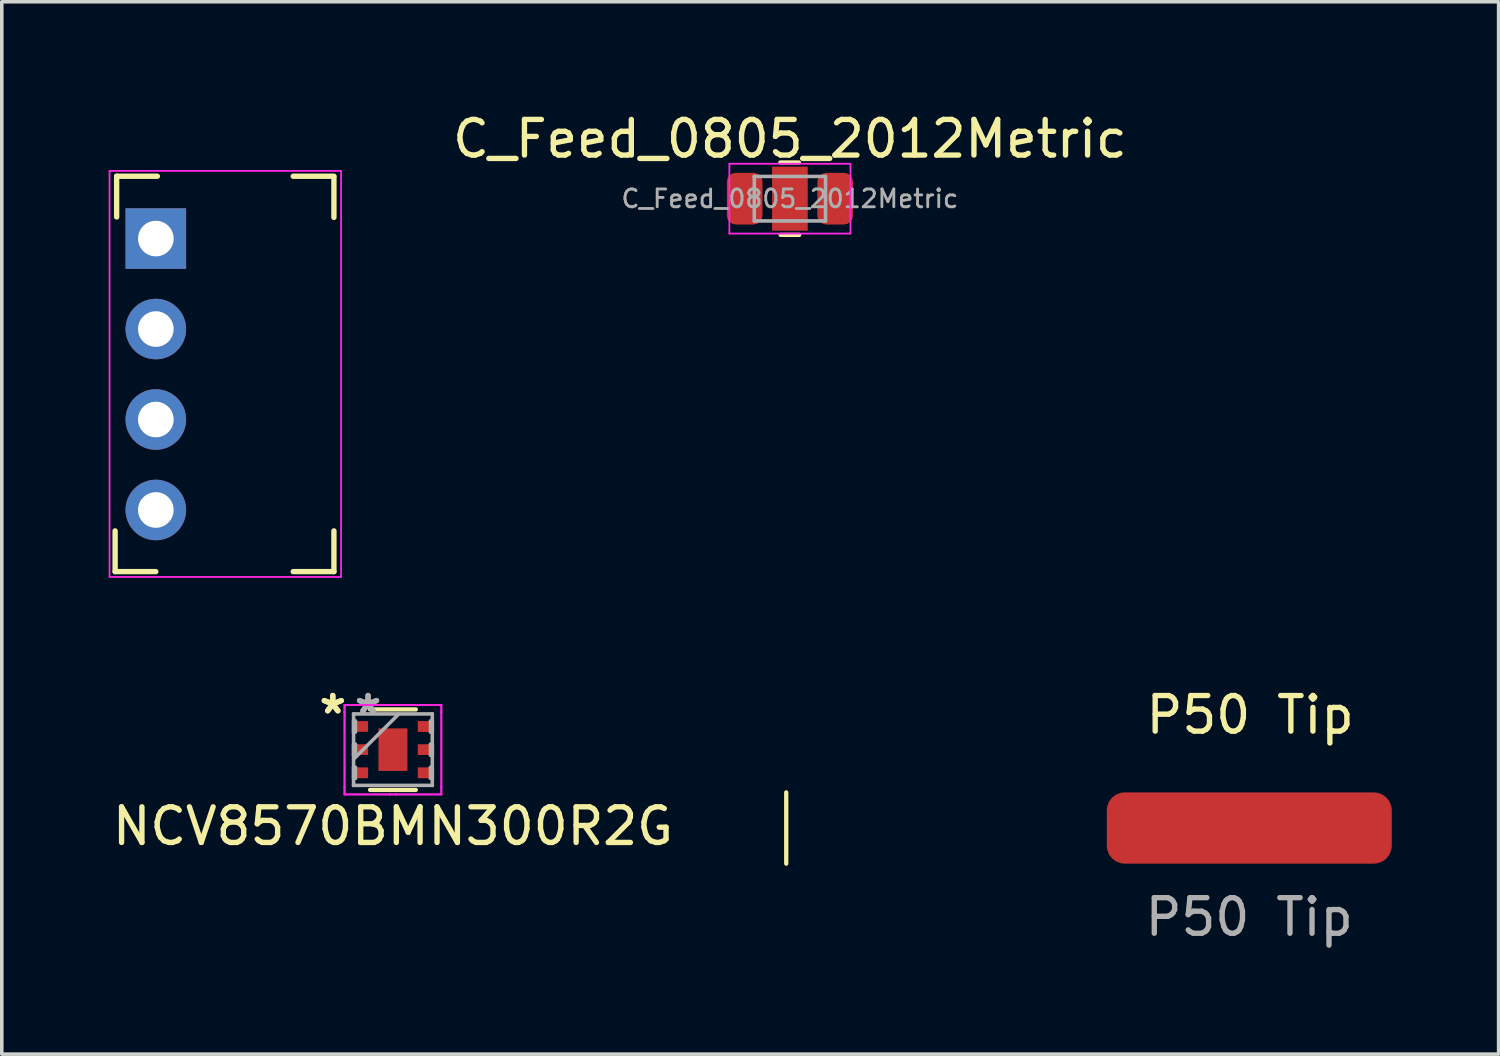
<source format=kicad_pcb>
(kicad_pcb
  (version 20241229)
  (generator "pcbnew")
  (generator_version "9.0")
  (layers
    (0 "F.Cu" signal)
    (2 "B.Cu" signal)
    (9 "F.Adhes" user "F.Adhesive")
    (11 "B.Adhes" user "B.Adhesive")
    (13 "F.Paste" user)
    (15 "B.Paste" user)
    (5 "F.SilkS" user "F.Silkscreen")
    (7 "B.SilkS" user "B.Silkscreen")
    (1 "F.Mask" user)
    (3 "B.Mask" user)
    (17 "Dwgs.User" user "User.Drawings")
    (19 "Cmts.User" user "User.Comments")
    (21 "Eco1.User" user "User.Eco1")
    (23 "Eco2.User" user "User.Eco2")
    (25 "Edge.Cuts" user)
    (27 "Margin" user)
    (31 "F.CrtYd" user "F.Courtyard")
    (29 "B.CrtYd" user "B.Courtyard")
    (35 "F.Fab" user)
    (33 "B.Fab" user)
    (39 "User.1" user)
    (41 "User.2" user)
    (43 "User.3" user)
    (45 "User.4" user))
  (footprint "C_Feed_0805_2012Metric"
    (layer "F.Cu")
    (at 19.127 2.528)
    (property "Reference" "C_Feed_0805_2012Metric" (at 0 -1.68 0) (layer "F.SilkS") (effects (font (size 1 1) (thickness 0.15))))
    (attr smd)
    (fp_poly (pts (xy 0.3 -0.5) (xy -0.3 -0.5) (xy -0.3 -0.8) (xy 0.3 -0.8)) (stroke (width 0.1) (type solid)) (fill yes) (layer "F.Mask"))
    (fp_poly (pts (xy 0.3 0.8) (xy -0.3 0.8) (xy -0.3 0.5) (xy 0.3 0.5)) (stroke (width 0.1) (type solid)) (fill yes) (layer "F.Mask"))
    (fp_line (start -0.269 -1.016) (end 0.254 -1.016) (stroke (width 0.12) (type solid)) (layer "F.SilkS"))
    (fp_line (start -0.261 1.016) (end 0.261 1.016) (stroke (width 0.12) (type solid)) (layer "F.SilkS"))
    (fp_poly (pts (xy 0.3 -0.5) (xy -0.3 -0.5) (xy -0.3 -0.8) (xy 0.3 -0.8)) (stroke (width 0.1) (type solid)) (fill yes) (layer "F.Paste"))
    (fp_poly (pts (xy 0.3 0.8) (xy -0.3 0.8) (xy -0.3 0.5) (xy 0.3 0.5)) (stroke (width 0.1) (type solid)) (fill yes) (layer "F.Paste"))
    (fp_line (start -1.7 -0.98) (end 1.7 -0.98) (stroke (width 0.05) (type solid)) (layer "F.CrtYd"))
    (fp_line (start -1.7 0.98) (end -1.7 -0.98) (stroke (width 0.05) (type solid)) (layer "F.CrtYd"))
    (fp_line (start 1.7 -0.98) (end 1.7 0.98) (stroke (width 0.05) (type solid)) (layer "F.CrtYd"))
    (fp_line (start 1.7 0.98) (end -1.7 0.98) (stroke (width 0.05) (type solid)) (layer "F.CrtYd"))
    (fp_line (start -1 -0.625) (end 1 -0.625) (stroke (width 0.1) (type solid)) (layer "F.Fab"))
    (fp_line (start -1 0.625) (end -1 -0.625) (stroke (width 0.1) (type solid)) (layer "F.Fab"))
    (fp_line (start 1 -0.625) (end 1 0.625) (stroke (width 0.1) (type solid)) (layer "F.Fab"))
    (fp_line (start 1 0.625) (end -1 0.625) (stroke (width 0.1) (type solid)) (layer "F.Fab"))
    (fp_text user "${REFERENCE}" (at 0 0 0) (layer "F.Fab") (effects (font (size 0.5 0.5) (thickness 0.08))))
    (pad "1" smd roundrect (at -1.27 0) (size 1 1.45) (layers "F.Cu" "F.Mask" "F.Paste") (roundrect_rratio 0.25))
    (pad "2" smd rect (at 0 0) (size 1 1.8) (layers "F.Cu"))
    (pad "3" smd roundrect (at 1.27 0) (size 1 1.45) (layers "F.Cu" "F.Mask" "F.Paste") (roundrect_rratio 0.25)))
  (footprint "5V1W"
    (layer "F.Cu")
    (at 1.325 3.648)
    (property "Reference" "5V1W" (at 2 -2.8 0) (layer "User.1") (effects (font (size 1 1) (thickness 0.15))))
    (attr through_hole)
    (fp_line (start -1.143 9.35) (end -1.143 8.207) (stroke (width 0.15) (type solid)) (layer "F.SilkS"))
    (fp_line (start -1.1 -1.75) (end 0.043 -1.75) (stroke (width 0.15) (type solid)) (layer "F.SilkS"))
    (fp_line (start -1.1 -0.607) (end -1.1 -1.75) (stroke (width 0.15) (type solid)) (layer "F.SilkS"))
    (fp_line (start 0 9.35) (end -1.143 9.35) (stroke (width 0.15) (type solid)) (layer "F.SilkS"))
    (fp_line (start 3.857 -1.75) (end 5 -1.75) (stroke (width 0.15) (type solid)) (layer "F.SilkS"))
    (fp_line (start 5 -1.737) (end 5 -0.594) (stroke (width 0.15) (type solid)) (layer "F.SilkS"))
    (fp_line (start 5 8.207) (end 5 9.35) (stroke (width 0.15) (type solid)) (layer "F.SilkS"))
    (fp_line (start 5 9.35) (end 3.857 9.35) (stroke (width 0.15) (type solid)) (layer "F.SilkS"))
    (fp_line (start -1.3 -1.9) (end 5.2 -1.9) (stroke (width 0.05) (type solid)) (layer "F.CrtYd"))
    (fp_line (start -1.3 9.5) (end -1.3 -1.9) (stroke (width 0.05) (type solid)) (layer "F.CrtYd"))
    (fp_line (start 5.2 -1.9) (end 5.2 9.5) (stroke (width 0.05) (type solid)) (layer "F.CrtYd"))
    (fp_line (start 5.2 9.5) (end -1.3 9.5) (stroke (width 0.05) (type solid)) (layer "F.CrtYd"))
    (fp_text user "${REFERENCE}" (at 0 3.81 90) (layer "User.1") (effects (font (size 1 1) (thickness 0.15))))
    (pad "1" thru_hole rect (at 0 0) (size 1.7 1.7) (drill 1) (layers "*.Cu" "*.Mask"))
    (pad "2" thru_hole oval (at 0 2.54) (size 1.7 1.7) (drill 1) (layers "*.Cu" "*.Mask"))
    (pad "3" thru_hole oval (at 0 5.08) (size 1.7 1.7) (drill 1) (layers "*.Cu" "*.Mask"))
    (pad "4" thru_hole oval (at 0 7.62) (size 1.7 1.7) (drill 1) (layers "*.Cu" "*.Mask")))
  (footprint "P50 Tip"
    (layer "F.Cu")
    (at 32.024 20.197)
    (property "Reference" "P50 Tip" (at 0.025 -3.175 0) (unlocked yes) (layer "F.SilkS") (effects (font (size 1 1) (thickness 0.15))))
    (attr smd)
    (fp_line (start -13 -1) (end -13 1) (stroke (width 0.12) (type default)) (layer "F.SilkS"))
    (fp_text user "${REFERENCE}" (at 0 2.5 0) (unlocked yes) (layer "F.Fab") (effects (font (size 1 1) (thickness 0.15))))
    (pad "1" smd roundrect (at 0 0) (size 8 2) (layers "F.Cu" "F.Mask" "F.Paste") (roundrect_rratio 0.25)))
  (footprint "NCV8570BMN300R2G"
    (layer "F.Cu")
    (at 7.982 17.997)
    (property "Reference" "NCV8570BMN300R2G" (at 0 2.15 0) (layer "F.SilkS") (effects (font (size 1 1) (thickness 0.15))))
    (attr through_hole)
    (fp_line (start -0.642 1.13) (end 0.642 1.13) (stroke (width 0.12) (type solid)) (layer "F.SilkS"))
    (fp_line (start 0.642 -1.13) (end -0.642 -1.13) (stroke (width 0.12) (type solid)) (layer "F.SilkS"))
    (fp_line (start -1.359 -1.257) (end -0.081 -1.257) (stroke (width 0.05) (type solid)) (layer "F.CrtYd"))
    (fp_line (start -1.359 -1.257) (end -0.081 -1.257) (stroke (width 0.05) (type solid)) (layer "F.CrtYd"))
    (fp_line (start -1.359 -1.056) (end -1.359 -1.257) (stroke (width 0.05) (type solid)) (layer "F.CrtYd"))
    (fp_line (start -1.359 -1.056) (end -1.359 -1.257) (stroke (width 0.05) (type solid)) (layer "F.CrtYd"))
    (fp_line (start -1.359 -1.056) (end -1.359 -1.056) (stroke (width 0.05) (type solid)) (layer "F.CrtYd"))
    (fp_line (start -1.359 -1.056) (end -1.359 -1.056) (stroke (width 0.05) (type solid)) (layer "F.CrtYd"))
    (fp_line (start -1.359 1.056) (end -1.359 -1.056) (stroke (width 0.05) (type solid)) (layer "F.CrtYd"))
    (fp_line (start -1.359 1.056) (end -1.359 -1.056) (stroke (width 0.05) (type solid)) (layer "F.CrtYd"))
    (fp_line (start -1.359 1.056) (end -1.359 1.056) (stroke (width 0.05) (type solid)) (layer "F.CrtYd"))
    (fp_line (start -1.359 1.056) (end -1.359 1.056) (stroke (width 0.05) (type solid)) (layer "F.CrtYd"))
    (fp_line (start -1.359 1.257) (end -1.359 1.056) (stroke (width 0.05) (type solid)) (layer "F.CrtYd"))
    (fp_line (start -1.359 1.257) (end -1.359 1.056) (stroke (width 0.05) (type solid)) (layer "F.CrtYd"))
    (fp_line (start -0.081 -1.257) (end -0.081 -1.257) (stroke (width 0.05) (type solid)) (layer "F.CrtYd"))
    (fp_line (start -0.081 -1.257) (end -0.081 -1.257) (stroke (width 0.05) (type solid)) (layer "F.CrtYd"))
    (fp_line (start -0.081 -1.257) (end 0.081 -1.257) (stroke (width 0.05) (type solid)) (layer "F.CrtYd"))
    (fp_line (start -0.081 -1.257) (end 0.081 -1.257) (stroke (width 0.05) (type solid)) (layer "F.CrtYd"))
    (fp_line (start -0.081 1.257) (end -1.359 1.257) (stroke (width 0.05) (type solid)) (layer "F.CrtYd"))
    (fp_line (start -0.081 1.257) (end -1.359 1.257) (stroke (width 0.05) (type solid)) (layer "F.CrtYd"))
    (fp_line (start -0.081 1.257) (end -0.081 1.257) (stroke (width 0.05) (type solid)) (layer "F.CrtYd"))
    (fp_line (start -0.081 1.257) (end -0.081 1.257) (stroke (width 0.05) (type solid)) (layer "F.CrtYd"))
    (fp_line (start 0.081 -1.257) (end 0.081 -1.257) (stroke (width 0.05) (type solid)) (layer "F.CrtYd"))
    (fp_line (start 0.081 -1.257) (end 0.081 -1.257) (stroke (width 0.05) (type solid)) (layer "F.CrtYd"))
    (fp_line (start 0.081 -1.257) (end 1.359 -1.257) (stroke (width 0.05) (type solid)) (layer "F.CrtYd"))
    (fp_line (start 0.081 -1.257) (end 1.359 -1.257) (stroke (width 0.05) (type solid)) (layer "F.CrtYd"))
    (fp_line (start 0.081 1.257) (end -0.081 1.257) (stroke (width 0.05) (type solid)) (layer "F.CrtYd"))
    (fp_line (start 0.081 1.257) (end -0.081 1.257) (stroke (width 0.05) (type solid)) (layer "F.CrtYd"))
    (fp_line (start 0.081 1.257) (end 0.081 1.257) (stroke (width 0.05) (type solid)) (layer "F.CrtYd"))
    (fp_line (start 0.081 1.257) (end 0.081 1.257) (stroke (width 0.05) (type solid)) (layer "F.CrtYd"))
    (fp_line (start 1.359 -1.257) (end 1.359 -1.056) (stroke (width 0.05) (type solid)) (layer "F.CrtYd"))
    (fp_line (start 1.359 -1.257) (end 1.359 -1.056) (stroke (width 0.05) (type solid)) (layer "F.CrtYd"))
    (fp_line (start 1.359 -1.056) (end 1.359 -1.056) (stroke (width 0.05) (type solid)) (layer "F.CrtYd"))
    (fp_line (start 1.359 -1.056) (end 1.359 -1.056) (stroke (width 0.05) (type solid)) (layer "F.CrtYd"))
    (fp_line (start 1.359 -1.056) (end 1.359 1.056) (stroke (width 0.05) (type solid)) (layer "F.CrtYd"))
    (fp_line (start 1.359 -1.056) (end 1.359 1.056) (stroke (width 0.05) (type solid)) (layer "F.CrtYd"))
    (fp_line (start 1.359 1.056) (end 1.359 1.056) (stroke (width 0.05) (type solid)) (layer "F.CrtYd"))
    (fp_line (start 1.359 1.056) (end 1.359 1.056) (stroke (width 0.05) (type solid)) (layer "F.CrtYd"))
    (fp_line (start 1.359 1.056) (end 1.359 1.257) (stroke (width 0.05) (type solid)) (layer "F.CrtYd"))
    (fp_line (start 1.359 1.056) (end 1.359 1.257) (stroke (width 0.05) (type solid)) (layer "F.CrtYd"))
    (fp_line (start 1.359 1.257) (end 0.081 1.257) (stroke (width 0.05) (type solid)) (layer "F.CrtYd"))
    (fp_line (start 1.359 1.257) (end 0.081 1.257) (stroke (width 0.05) (type solid)) (layer "F.CrtYd"))
    (fp_line (start -1.105 -1.003) (end -1.105 -1.003) (stroke (width 0.1) (type solid)) (layer "F.Fab"))
    (fp_line (start -1.105 -1.003) (end -1.105 1.003) (stroke (width 0.1) (type solid)) (layer "F.Fab"))
    (fp_line (start -1.105 -0.802) (end -1.054 -0.802) (stroke (width 0.1) (type solid)) (layer "F.Fab"))
    (fp_line (start -1.105 -0.498) (end -1.105 -0.802) (stroke (width 0.1) (type solid)) (layer "F.Fab"))
    (fp_line (start -1.105 -0.152) (end -1.054 -0.152) (stroke (width 0.1) (type solid)) (layer "F.Fab"))
    (fp_line (start -1.105 0.152) (end -1.105 -0.152) (stroke (width 0.1) (type solid)) (layer "F.Fab"))
    (fp_line (start -1.105 0.267) (end 0.165 -1.003) (stroke (width 0.1) (type solid)) (layer "F.Fab"))
    (fp_line (start -1.105 0.498) (end -1.054 0.498) (stroke (width 0.1) (type solid)) (layer "F.Fab"))
    (fp_line (start -1.105 0.802) (end -1.105 0.498) (stroke (width 0.1) (type solid)) (layer "F.Fab"))
    (fp_line (start -1.105 1.003) (end -1.105 1.003) (stroke (width 0.1) (type solid)) (layer "F.Fab"))
    (fp_line (start -1.105 1.003) (end 1.105 1.003) (stroke (width 0.1) (type solid)) (layer "F.Fab"))
    (fp_line (start -1.054 -0.802) (end -1.054 -0.498) (stroke (width 0.1) (type solid)) (layer "F.Fab"))
    (fp_line (start -1.054 -0.498) (end -1.105 -0.498) (stroke (width 0.1) (type solid)) (layer "F.Fab"))
    (fp_line (start -1.054 -0.152) (end -1.054 0.152) (stroke (width 0.1) (type solid)) (layer "F.Fab"))
    (fp_line (start -1.054 0.152) (end -1.105 0.152) (stroke (width 0.1) (type solid)) (layer "F.Fab"))
    (fp_line (start -1.054 0.498) (end -1.054 0.802) (stroke (width 0.1) (type solid)) (layer "F.Fab"))
    (fp_line (start -1.054 0.802) (end -1.105 0.802) (stroke (width 0.1) (type solid)) (layer "F.Fab"))
    (fp_line (start 1.054 -0.802) (end 1.105 -0.802) (stroke (width 0.1) (type solid)) (layer "F.Fab"))
    (fp_line (start 1.054 -0.498) (end 1.054 -0.802) (stroke (width 0.1) (type solid)) (layer "F.Fab"))
    (fp_line (start 1.054 -0.152) (end 1.105 -0.152) (stroke (width 0.1) (type solid)) (layer "F.Fab"))
    (fp_line (start 1.054 0.152) (end 1.054 -0.152) (stroke (width 0.1) (type solid)) (layer "F.Fab"))
    (fp_line (start 1.054 0.498) (end 1.105 0.498) (stroke (width 0.1) (type solid)) (layer "F.Fab"))
    (fp_line (start 1.054 0.802) (end 1.054 0.498) (stroke (width 0.1) (type solid)) (layer "F.Fab"))
    (fp_line (start 1.105 -1.003) (end -1.105 -1.003) (stroke (width 0.1) (type solid)) (layer "F.Fab"))
    (fp_line (start 1.105 -1.003) (end 1.105 -1.003) (stroke (width 0.1) (type solid)) (layer "F.Fab"))
    (fp_line (start 1.105 -0.802) (end 1.105 -0.498) (stroke (width 0.1) (type solid)) (layer "F.Fab"))
    (fp_line (start 1.105 -0.498) (end 1.054 -0.498) (stroke (width 0.1) (type solid)) (layer "F.Fab"))
    (fp_line (start 1.105 -0.152) (end 1.105 0.152) (stroke (width 0.1) (type solid)) (layer "F.Fab"))
    (fp_line (start 1.105 0.152) (end 1.054 0.152) (stroke (width 0.1) (type solid)) (layer "F.Fab"))
    (fp_line (start 1.105 0.498) (end 1.105 0.802) (stroke (width 0.1) (type solid)) (layer "F.Fab"))
    (fp_line (start 1.105 0.802) (end 1.054 0.802) (stroke (width 0.1) (type solid)) (layer "F.Fab"))
    (fp_line (start 1.105 1.003) (end 1.105 -1.003) (stroke (width 0.1) (type solid)) (layer "F.Fab"))
    (fp_line (start 1.105 1.003) (end 1.105 1.003) (stroke (width 0.1) (type solid)) (layer "F.Fab"))
    (fp_text user "*" (at -1.689 -0.975 0) (layer "F.SilkS") (effects (font (size 1 1) (thickness 0.15))))
    (fp_text user "*" (at -1.689 -0.975 0) (layer "F.SilkS") (effects (font (size 1 1) (thickness 0.15))))
    (fp_text user "*" (at -0.699 -0.975 0) (layer "F.Fab") (effects (font (size 1 1) (thickness 0.15))))
    (fp_text user "*" (at -0.699 -0.975 0) (layer "F.Fab") (effects (font (size 1 1) (thickness 0.15))))
    (pad "1" smd rect (at -0.924 -0.651 90) (size 0.302 0.452) (layers "F.Cu" "F.Mask" "F.Paste"))
    (pad "2" smd rect (at -0.924 -0.001 90) (size 0.302 0.452) (layers "F.Cu" "F.Mask" "F.Paste"))
    (pad "3" smd rect (at -0.924 0.65 90) (size 0.305 0.452) (layers "F.Cu" "F.Mask" "F.Paste"))
    (pad "4" smd rect (at 0.924 0.65 90) (size 0.305 0.452) (layers "F.Cu" "F.Mask" "F.Paste"))
    (pad "5" smd rect (at 0.924 -0.001 90) (size 0.302 0.452) (layers "F.Cu" "F.Mask" "F.Paste"))
    (pad "6" smd rect (at 0.924 -0.65 90) (size 0.305 0.452) (layers "F.Cu" "F.Mask" "F.Paste"))
    (pad "7" smd rect (at 0 0) (size 0.813 1.194) (layers "F.Cu" "F.Mask" "F.Paste")))
  (gr_rect
    (start -3 -3)
    (end 39.024 26.545)
    (stroke (width 0.1) (type default))
    (fill no)
    (layer "Edge.Cuts")))
</source>
